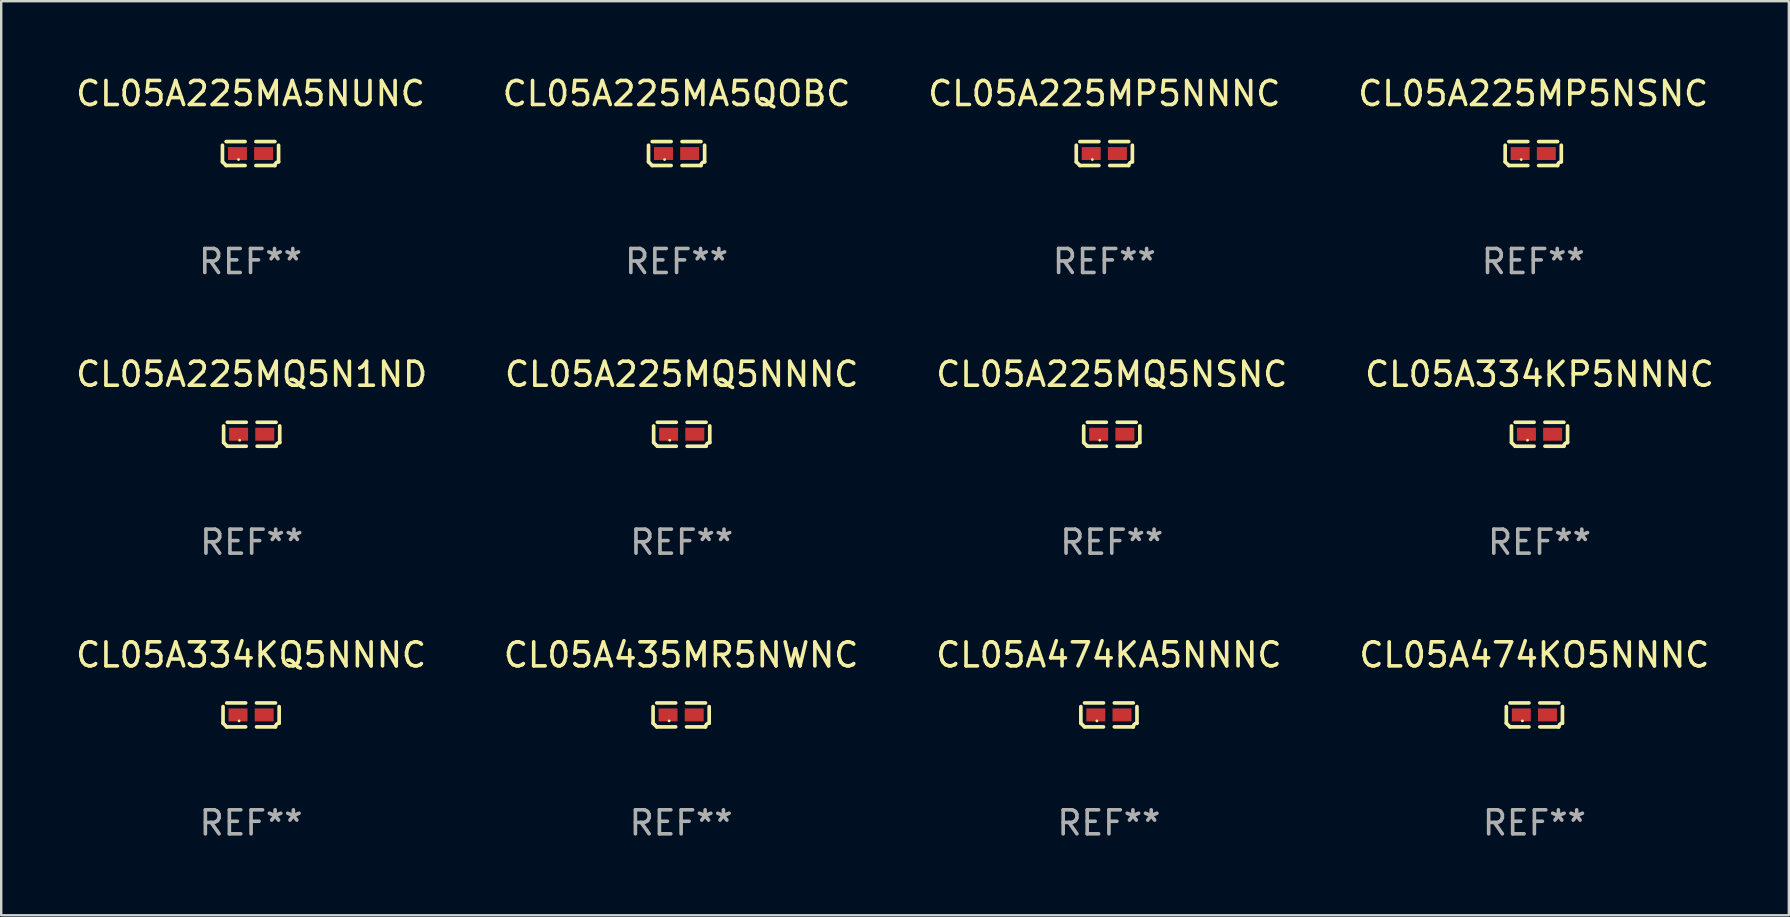
<source format=kicad_pcb>
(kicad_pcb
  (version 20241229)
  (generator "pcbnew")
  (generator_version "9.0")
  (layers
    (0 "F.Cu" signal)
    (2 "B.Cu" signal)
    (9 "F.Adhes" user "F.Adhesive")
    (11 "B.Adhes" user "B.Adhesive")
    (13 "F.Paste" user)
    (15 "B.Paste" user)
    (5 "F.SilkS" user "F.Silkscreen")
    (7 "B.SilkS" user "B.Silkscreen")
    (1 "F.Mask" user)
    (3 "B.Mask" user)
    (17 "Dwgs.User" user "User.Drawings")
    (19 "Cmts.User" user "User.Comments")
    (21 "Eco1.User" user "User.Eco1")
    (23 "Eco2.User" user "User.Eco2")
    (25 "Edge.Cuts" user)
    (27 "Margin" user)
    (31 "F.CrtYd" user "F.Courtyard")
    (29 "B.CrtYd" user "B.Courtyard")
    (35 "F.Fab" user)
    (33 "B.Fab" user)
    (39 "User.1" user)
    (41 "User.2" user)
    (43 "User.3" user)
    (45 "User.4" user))
  (footprint "CL05A225MQ5N1ND"
    (layer "F.Cu")
    (at 7.435 15.041)
    (property "Reference" "CL05A225MQ5N1ND" (at 0 -2.499 0) (layer "F.SilkS") (effects (font (size 1 1) (thickness 0.15))))
    (attr through_hole)
    (fp_line (start -1.169 0.346) (end -1.169 -0.346) (stroke (width 0.152) (type solid)) (layer "F.SilkS"))
    (fp_line (start -1.016 -0.499) (end -0.226 -0.499) (stroke (width 0.152) (type solid)) (layer "F.SilkS"))
    (fp_line (start -0.226 0.499) (end -1.016 0.499) (stroke (width 0.152) (type solid)) (layer "F.SilkS"))
    (fp_line (start 0.226 0.499) (end 1.016 0.499) (stroke (width 0.152) (type solid)) (layer "F.SilkS"))
    (fp_line (start 1.016 -0.499) (end 0.226 -0.499) (stroke (width 0.152) (type solid)) (layer "F.SilkS"))
    (fp_line (start 1.169 0.346) (end 1.169 -0.346) (stroke (width 0.152) (type solid)) (layer "F.SilkS"))
    (fp_arc (start -1.016307 0.498603) (mid -1.092512 0.422405) (end -1.16871 0.3462) (stroke (width 0.1524) (type solid)) (layer "F.SilkS"))
    (fp_arc (start 1.016307 0.498603) (mid 1.060899 0.390758) (end 1.168707 0.346076) (stroke (width 0.1524) (type solid)) (layer "F.SilkS"))
    (fp_circle (center -0.5 0.25) (end -0.47 0.25) (stroke (width 0.06) (type solid)) (fill no) (layer "F.SilkS"))
    (fp_text user "REF**" (at 0 4.499 0) (layer "F.Fab") (effects (font (size 1 1) (thickness 0.15))))
    (pad "1" smd rect (at -0.545 0) (size 0.79 0.54) (layers "F.Cu" "F.Mask" "F.Paste"))
    (pad "2" smd rect (at 0.545 0) (size 0.79 0.54) (layers "F.Cu" "F.Mask" "F.Paste")))
  (footprint "CL05A225MQ5NSNC"
    (layer "F.Cu")
    (at 43.268 15.041)
    (property "Reference" "CL05A225MQ5NSNC" (at 0 -2.499 0) (layer "F.SilkS") (effects (font (size 1 1) (thickness 0.15))))
    (attr through_hole)
    (fp_line (start -1.169 0.346) (end -1.169 -0.346) (stroke (width 0.152) (type solid)) (layer "F.SilkS"))
    (fp_line (start -1.016 -0.499) (end -0.226 -0.499) (stroke (width 0.152) (type solid)) (layer "F.SilkS"))
    (fp_line (start -0.226 0.499) (end -1.016 0.499) (stroke (width 0.152) (type solid)) (layer "F.SilkS"))
    (fp_line (start 0.226 0.499) (end 1.016 0.499) (stroke (width 0.152) (type solid)) (layer "F.SilkS"))
    (fp_line (start 1.016 -0.499) (end 0.226 -0.499) (stroke (width 0.152) (type solid)) (layer "F.SilkS"))
    (fp_line (start 1.169 0.346) (end 1.169 -0.346) (stroke (width 0.152) (type solid)) (layer "F.SilkS"))
    (fp_arc (start -1.016307 0.498603) (mid -1.092512 0.422405) (end -1.16871 0.3462) (stroke (width 0.1524) (type solid)) (layer "F.SilkS"))
    (fp_arc (start 1.016307 0.498603) (mid 1.060899 0.390758) (end 1.168707 0.346076) (stroke (width 0.1524) (type solid)) (layer "F.SilkS"))
    (fp_circle (center -0.5 0.25) (end -0.47 0.25) (stroke (width 0.06) (type solid)) (fill no) (layer "F.SilkS"))
    (fp_text user "REF**" (at 0 4.499 0) (layer "F.Fab") (effects (font (size 1 1) (thickness 0.15))))
    (pad "1" smd rect (at -0.545 0) (size 0.79 0.54) (layers "F.Cu" "F.Mask" "F.Paste"))
    (pad "2" smd rect (at 0.545 0) (size 0.79 0.54) (layers "F.Cu" "F.Mask" "F.Paste")))
  (footprint "CL05A334KP5NNNC"
    (layer "F.Cu")
    (at 61.089 15.041)
    (property "Reference" "CL05A334KP5NNNC" (at 0 -2.499 0) (layer "F.SilkS") (effects (font (size 1 1) (thickness 0.15))))
    (attr through_hole)
    (fp_line (start -1.169 0.346) (end -1.169 -0.346) (stroke (width 0.152) (type solid)) (layer "F.SilkS"))
    (fp_line (start -1.016 -0.499) (end -0.226 -0.499) (stroke (width 0.152) (type solid)) (layer "F.SilkS"))
    (fp_line (start -0.226 0.499) (end -1.016 0.499) (stroke (width 0.152) (type solid)) (layer "F.SilkS"))
    (fp_line (start 0.226 0.499) (end 1.016 0.499) (stroke (width 0.152) (type solid)) (layer "F.SilkS"))
    (fp_line (start 1.016 -0.499) (end 0.226 -0.499) (stroke (width 0.152) (type solid)) (layer "F.SilkS"))
    (fp_line (start 1.169 0.346) (end 1.169 -0.346) (stroke (width 0.152) (type solid)) (layer "F.SilkS"))
    (fp_arc (start -1.016307 0.498603) (mid -1.092512 0.422405) (end -1.16871 0.3462) (stroke (width 0.1524) (type solid)) (layer "F.SilkS"))
    (fp_arc (start 1.016307 0.498603) (mid 1.060899 0.390758) (end 1.168707 0.346076) (stroke (width 0.1524) (type solid)) (layer "F.SilkS"))
    (fp_circle (center -0.5 0.25) (end -0.47 0.25) (stroke (width 0.06) (type solid)) (fill no) (layer "F.SilkS"))
    (fp_text user "REF**" (at 0 4.499 0) (layer "F.Fab") (effects (font (size 1 1) (thickness 0.15))))
    (pad "1" smd rect (at -0.545 0) (size 0.79 0.54) (layers "F.Cu" "F.Mask" "F.Paste"))
    (pad "2" smd rect (at 0.545 0) (size 0.79 0.54) (layers "F.Cu" "F.Mask" "F.Paste")))
  (footprint "CL05A225MQ5NNNC"
    (layer "F.Cu")
    (at 25.351 15.041)
    (property "Reference" "CL05A225MQ5NNNC" (at 0 -2.499 0) (layer "F.SilkS") (effects (font (size 1 1) (thickness 0.15))))
    (attr through_hole)
    (fp_line (start -1.169 0.346) (end -1.169 -0.346) (stroke (width 0.152) (type solid)) (layer "F.SilkS"))
    (fp_line (start -1.016 -0.499) (end -0.226 -0.499) (stroke (width 0.152) (type solid)) (layer "F.SilkS"))
    (fp_line (start -0.226 0.499) (end -1.016 0.499) (stroke (width 0.152) (type solid)) (layer "F.SilkS"))
    (fp_line (start 0.226 0.499) (end 1.016 0.499) (stroke (width 0.152) (type solid)) (layer "F.SilkS"))
    (fp_line (start 1.016 -0.499) (end 0.226 -0.499) (stroke (width 0.152) (type solid)) (layer "F.SilkS"))
    (fp_line (start 1.169 0.346) (end 1.169 -0.346) (stroke (width 0.152) (type solid)) (layer "F.SilkS"))
    (fp_arc (start -1.016307 0.498603) (mid -1.092512 0.422405) (end -1.16871 0.3462) (stroke (width 0.1524) (type solid)) (layer "F.SilkS"))
    (fp_arc (start 1.016307 0.498603) (mid 1.060899 0.390758) (end 1.168707 0.346076) (stroke (width 0.1524) (type solid)) (layer "F.SilkS"))
    (fp_circle (center -0.5 0.25) (end -0.47 0.25) (stroke (width 0.06) (type solid)) (fill no) (layer "F.SilkS"))
    (fp_text user "REF**" (at 0 4.499 0) (layer "F.Fab") (effects (font (size 1 1) (thickness 0.15))))
    (pad "1" smd rect (at -0.545 0) (size 0.79 0.54) (layers "F.Cu" "F.Mask" "F.Paste"))
    (pad "2" smd rect (at 0.545 0) (size 0.79 0.54) (layers "F.Cu" "F.Mask" "F.Paste")))
  (footprint "CL05A435MR5NWNC"
    (layer "F.Cu")
    (at 25.327 26.734)
    (property "Reference" "CL05A435MR5NWNC" (at 0 -2.499 0) (layer "F.SilkS") (effects (font (size 1 1) (thickness 0.15))))
    (attr through_hole)
    (fp_line (start -1.169 0.346) (end -1.169 -0.346) (stroke (width 0.152) (type solid)) (layer "F.SilkS"))
    (fp_line (start -1.016 -0.499) (end -0.226 -0.499) (stroke (width 0.152) (type solid)) (layer "F.SilkS"))
    (fp_line (start -0.226 0.499) (end -1.016 0.499) (stroke (width 0.152) (type solid)) (layer "F.SilkS"))
    (fp_line (start 0.226 0.499) (end 1.016 0.499) (stroke (width 0.152) (type solid)) (layer "F.SilkS"))
    (fp_line (start 1.016 -0.499) (end 0.226 -0.499) (stroke (width 0.152) (type solid)) (layer "F.SilkS"))
    (fp_line (start 1.169 0.346) (end 1.169 -0.346) (stroke (width 0.152) (type solid)) (layer "F.SilkS"))
    (fp_arc (start -1.016307 0.498603) (mid -1.092512 0.422405) (end -1.16871 0.3462) (stroke (width 0.1524) (type solid)) (layer "F.SilkS"))
    (fp_arc (start 1.016307 0.498603) (mid 1.060899 0.390758) (end 1.168707 0.346076) (stroke (width 0.1524) (type solid)) (layer "F.SilkS"))
    (fp_circle (center -0.5 0.25) (end -0.47 0.25) (stroke (width 0.06) (type solid)) (fill no) (layer "F.SilkS"))
    (fp_text user "REF**" (at 0 4.499 0) (layer "F.Fab") (effects (font (size 1 1) (thickness 0.15))))
    (pad "1" smd rect (at -0.545 0) (size 0.79 0.54) (layers "F.Cu" "F.Mask" "F.Paste"))
    (pad "2" smd rect (at 0.545 0) (size 0.79 0.54) (layers "F.Cu" "F.Mask" "F.Paste")))
  (footprint "CL05A225MP5NSNC"
    (layer "F.Cu")
    (at 60.827 3.347)
    (property "Reference" "CL05A225MP5NSNC" (at 0 -2.499 0) (layer "F.SilkS") (effects (font (size 1 1) (thickness 0.15))))
    (attr through_hole)
    (fp_line (start -1.169 0.346) (end -1.169 -0.346) (stroke (width 0.152) (type solid)) (layer "F.SilkS"))
    (fp_line (start -1.016 -0.499) (end -0.226 -0.499) (stroke (width 0.152) (type solid)) (layer "F.SilkS"))
    (fp_line (start -0.226 0.499) (end -1.016 0.499) (stroke (width 0.152) (type solid)) (layer "F.SilkS"))
    (fp_line (start 0.226 0.499) (end 1.016 0.499) (stroke (width 0.152) (type solid)) (layer "F.SilkS"))
    (fp_line (start 1.016 -0.499) (end 0.226 -0.499) (stroke (width 0.152) (type solid)) (layer "F.SilkS"))
    (fp_line (start 1.169 0.346) (end 1.169 -0.346) (stroke (width 0.152) (type solid)) (layer "F.SilkS"))
    (fp_arc (start -1.016307 0.498603) (mid -1.092512 0.422405) (end -1.16871 0.3462) (stroke (width 0.1524) (type solid)) (layer "F.SilkS"))
    (fp_arc (start 1.016307 0.498603) (mid 1.060899 0.390758) (end 1.168707 0.346076) (stroke (width 0.1524) (type solid)) (layer "F.SilkS"))
    (fp_circle (center -0.5 0.25) (end -0.47 0.25) (stroke (width 0.06) (type solid)) (fill no) (layer "F.SilkS"))
    (fp_text user "REF**" (at 0 4.499 0) (layer "F.Fab") (effects (font (size 1 1) (thickness 0.15))))
    (pad "1" smd rect (at -0.545 0) (size 0.79 0.54) (layers "F.Cu" "F.Mask" "F.Paste"))
    (pad "2" smd rect (at 0.545 0) (size 0.79 0.54) (layers "F.Cu" "F.Mask" "F.Paste")))
  (footprint "CL05A225MA5NUNC"
    (layer "F.Cu")
    (at 7.387 3.347)
    (property "Reference" "CL05A225MA5NUNC" (at 0 -2.499 0) (layer "F.SilkS") (effects (font (size 1 1) (thickness 0.15))))
    (attr through_hole)
    (fp_line (start -1.169 0.346) (end -1.169 -0.346) (stroke (width 0.152) (type solid)) (layer "F.SilkS"))
    (fp_line (start -1.016 -0.499) (end -0.226 -0.499) (stroke (width 0.152) (type solid)) (layer "F.SilkS"))
    (fp_line (start -0.226 0.499) (end -1.016 0.499) (stroke (width 0.152) (type solid)) (layer "F.SilkS"))
    (fp_line (start 0.226 0.499) (end 1.016 0.499) (stroke (width 0.152) (type solid)) (layer "F.SilkS"))
    (fp_line (start 1.016 -0.499) (end 0.226 -0.499) (stroke (width 0.152) (type solid)) (layer "F.SilkS"))
    (fp_line (start 1.169 0.346) (end 1.169 -0.346) (stroke (width 0.152) (type solid)) (layer "F.SilkS"))
    (fp_arc (start -1.016307 0.498603) (mid -1.092512 0.422405) (end -1.16871 0.3462) (stroke (width 0.1524) (type solid)) (layer "F.SilkS"))
    (fp_arc (start 1.016307 0.498603) (mid 1.060899 0.390758) (end 1.168707 0.346076) (stroke (width 0.1524) (type solid)) (layer "F.SilkS"))
    (fp_circle (center -0.5 0.25) (end -0.47 0.25) (stroke (width 0.06) (type solid)) (fill no) (layer "F.SilkS"))
    (fp_text user "REF**" (at 0 4.499 0) (layer "F.Fab") (effects (font (size 1 1) (thickness 0.15))))
    (pad "1" smd rect (at -0.545 0) (size 0.79 0.54) (layers "F.Cu" "F.Mask" "F.Paste"))
    (pad "2" smd rect (at 0.545 0) (size 0.79 0.54) (layers "F.Cu" "F.Mask" "F.Paste")))
  (footprint "CL05A225MA5QOBC"
    (layer "F.Cu")
    (at 25.137 3.347)
    (property "Reference" "CL05A225MA5QOBC" (at 0 -2.499 0) (layer "F.SilkS") (effects (font (size 1 1) (thickness 0.15))))
    (attr through_hole)
    (fp_line (start -1.169 0.346) (end -1.169 -0.346) (stroke (width 0.152) (type solid)) (layer "F.SilkS"))
    (fp_line (start -1.016 -0.499) (end -0.226 -0.499) (stroke (width 0.152) (type solid)) (layer "F.SilkS"))
    (fp_line (start -0.226 0.499) (end -1.016 0.499) (stroke (width 0.152) (type solid)) (layer "F.SilkS"))
    (fp_line (start 0.226 0.499) (end 1.016 0.499) (stroke (width 0.152) (type solid)) (layer "F.SilkS"))
    (fp_line (start 1.016 -0.499) (end 0.226 -0.499) (stroke (width 0.152) (type solid)) (layer "F.SilkS"))
    (fp_line (start 1.169 0.346) (end 1.169 -0.346) (stroke (width 0.152) (type solid)) (layer "F.SilkS"))
    (fp_arc (start -1.016307 0.498603) (mid -1.092512 0.422405) (end -1.16871 0.3462) (stroke (width 0.1524) (type solid)) (layer "F.SilkS"))
    (fp_arc (start 1.016307 0.498603) (mid 1.060899 0.390758) (end 1.168707 0.346076) (stroke (width 0.1524) (type solid)) (layer "F.SilkS"))
    (fp_circle (center -0.5 0.25) (end -0.47 0.25) (stroke (width 0.06) (type solid)) (fill no) (layer "F.SilkS"))
    (fp_text user "REF**" (at 0 4.499 0) (layer "F.Fab") (effects (font (size 1 1) (thickness 0.15))))
    (pad "1" smd rect (at -0.545 0) (size 0.79 0.54) (layers "F.Cu" "F.Mask" "F.Paste"))
    (pad "2" smd rect (at 0.545 0) (size 0.79 0.54) (layers "F.Cu" "F.Mask" "F.Paste")))
  (footprint "CL05A474KA5NNNC"
    (layer "F.Cu")
    (at 43.149 26.734)
    (property "Reference" "CL05A474KA5NNNC" (at 0 -2.499 0) (layer "F.SilkS") (effects (font (size 1 1) (thickness 0.15))))
    (attr through_hole)
    (fp_line (start -1.169 0.346) (end -1.169 -0.346) (stroke (width 0.152) (type solid)) (layer "F.SilkS"))
    (fp_line (start -1.016 -0.499) (end -0.226 -0.499) (stroke (width 0.152) (type solid)) (layer "F.SilkS"))
    (fp_line (start -0.226 0.499) (end -1.016 0.499) (stroke (width 0.152) (type solid)) (layer "F.SilkS"))
    (fp_line (start 0.226 0.499) (end 1.016 0.499) (stroke (width 0.152) (type solid)) (layer "F.SilkS"))
    (fp_line (start 1.016 -0.499) (end 0.226 -0.499) (stroke (width 0.152) (type solid)) (layer "F.SilkS"))
    (fp_line (start 1.169 0.346) (end 1.169 -0.346) (stroke (width 0.152) (type solid)) (layer "F.SilkS"))
    (fp_arc (start -1.016307 0.498603) (mid -1.092512 0.422405) (end -1.16871 0.3462) (stroke (width 0.1524) (type solid)) (layer "F.SilkS"))
    (fp_arc (start 1.016307 0.498603) (mid 1.060899 0.390758) (end 1.168707 0.346076) (stroke (width 0.1524) (type solid)) (layer "F.SilkS"))
    (fp_circle (center -0.5 0.25) (end -0.47 0.25) (stroke (width 0.06) (type solid)) (fill no) (layer "F.SilkS"))
    (fp_text user "REF**" (at 0 4.499 0) (layer "F.Fab") (effects (font (size 1 1) (thickness 0.15))))
    (pad "1" smd rect (at -0.545 0) (size 0.79 0.54) (layers "F.Cu" "F.Mask" "F.Paste"))
    (pad "2" smd rect (at 0.545 0) (size 0.79 0.54) (layers "F.Cu" "F.Mask" "F.Paste")))
  (footprint "CL05A334KQ5NNNC"
    (layer "F.Cu")
    (at 7.411 26.734)
    (property "Reference" "CL05A334KQ5NNNC" (at 0 -2.499 0) (layer "F.SilkS") (effects (font (size 1 1) (thickness 0.15))))
    (attr through_hole)
    (fp_line (start -1.169 0.346) (end -1.169 -0.346) (stroke (width 0.152) (type solid)) (layer "F.SilkS"))
    (fp_line (start -1.016 -0.499) (end -0.226 -0.499) (stroke (width 0.152) (type solid)) (layer "F.SilkS"))
    (fp_line (start -0.226 0.499) (end -1.016 0.499) (stroke (width 0.152) (type solid)) (layer "F.SilkS"))
    (fp_line (start 0.226 0.499) (end 1.016 0.499) (stroke (width 0.152) (type solid)) (layer "F.SilkS"))
    (fp_line (start 1.016 -0.499) (end 0.226 -0.499) (stroke (width 0.152) (type solid)) (layer "F.SilkS"))
    (fp_line (start 1.169 0.346) (end 1.169 -0.346) (stroke (width 0.152) (type solid)) (layer "F.SilkS"))
    (fp_arc (start -1.016307 0.498603) (mid -1.092512 0.422405) (end -1.16871 0.3462) (stroke (width 0.1524) (type solid)) (layer "F.SilkS"))
    (fp_arc (start 1.016307 0.498603) (mid 1.060899 0.390758) (end 1.168707 0.346076) (stroke (width 0.1524) (type solid)) (layer "F.SilkS"))
    (fp_circle (center -0.5 0.25) (end -0.47 0.25) (stroke (width 0.06) (type solid)) (fill no) (layer "F.SilkS"))
    (fp_text user "REF**" (at 0 4.499 0) (layer "F.Fab") (effects (font (size 1 1) (thickness 0.15))))
    (pad "1" smd rect (at -0.545 0) (size 0.79 0.54) (layers "F.Cu" "F.Mask" "F.Paste"))
    (pad "2" smd rect (at 0.545 0) (size 0.79 0.54) (layers "F.Cu" "F.Mask" "F.Paste")))
  (footprint "CL05A474KO5NNNC"
    (layer "F.Cu")
    (at 60.875 26.734)
    (property "Reference" "CL05A474KO5NNNC" (at 0 -2.499 0) (layer "F.SilkS") (effects (font (size 1 1) (thickness 0.15))))
    (attr through_hole)
    (fp_line (start -1.169 0.346) (end -1.169 -0.346) (stroke (width 0.152) (type solid)) (layer "F.SilkS"))
    (fp_line (start -1.016 -0.499) (end -0.226 -0.499) (stroke (width 0.152) (type solid)) (layer "F.SilkS"))
    (fp_line (start -0.226 0.499) (end -1.016 0.499) (stroke (width 0.152) (type solid)) (layer "F.SilkS"))
    (fp_line (start 0.226 0.499) (end 1.016 0.499) (stroke (width 0.152) (type solid)) (layer "F.SilkS"))
    (fp_line (start 1.016 -0.499) (end 0.226 -0.499) (stroke (width 0.152) (type solid)) (layer "F.SilkS"))
    (fp_line (start 1.169 0.346) (end 1.169 -0.346) (stroke (width 0.152) (type solid)) (layer "F.SilkS"))
    (fp_arc (start -1.016307 0.498603) (mid -1.092512 0.422405) (end -1.16871 0.3462) (stroke (width 0.1524) (type solid)) (layer "F.SilkS"))
    (fp_arc (start 1.016307 0.498603) (mid 1.060899 0.390758) (end 1.168707 0.346076) (stroke (width 0.1524) (type solid)) (layer "F.SilkS"))
    (fp_circle (center -0.5 0.25) (end -0.47 0.25) (stroke (width 0.06) (type solid)) (fill no) (layer "F.SilkS"))
    (fp_text user "REF**" (at 0 4.499 0) (layer "F.Fab") (effects (font (size 1 1) (thickness 0.15))))
    (pad "1" smd rect (at -0.545 0) (size 0.79 0.54) (layers "F.Cu" "F.Mask" "F.Paste"))
    (pad "2" smd rect (at 0.545 0) (size 0.79 0.54) (layers "F.Cu" "F.Mask" "F.Paste")))
  (footprint "CL05A225MP5NNNC"
    (layer "F.Cu")
    (at 42.958 3.347)
    (property "Reference" "CL05A225MP5NNNC" (at 0 -2.499 0) (layer "F.SilkS") (effects (font (size 1 1) (thickness 0.15))))
    (attr through_hole)
    (fp_line (start -1.169 0.346) (end -1.169 -0.346) (stroke (width 0.152) (type solid)) (layer "F.SilkS"))
    (fp_line (start -1.016 -0.499) (end -0.226 -0.499) (stroke (width 0.152) (type solid)) (layer "F.SilkS"))
    (fp_line (start -0.226 0.499) (end -1.016 0.499) (stroke (width 0.152) (type solid)) (layer "F.SilkS"))
    (fp_line (start 0.226 0.499) (end 1.016 0.499) (stroke (width 0.152) (type solid)) (layer "F.SilkS"))
    (fp_line (start 1.016 -0.499) (end 0.226 -0.499) (stroke (width 0.152) (type solid)) (layer "F.SilkS"))
    (fp_line (start 1.169 0.346) (end 1.169 -0.346) (stroke (width 0.152) (type solid)) (layer "F.SilkS"))
    (fp_arc (start -1.016307 0.498603) (mid -1.092512 0.422405) (end -1.16871 0.3462) (stroke (width 0.1524) (type solid)) (layer "F.SilkS"))
    (fp_arc (start 1.016307 0.498603) (mid 1.060899 0.390758) (end 1.168707 0.346076) (stroke (width 0.1524) (type solid)) (layer "F.SilkS"))
    (fp_circle (center -0.5 0.25) (end -0.47 0.25) (stroke (width 0.06) (type solid)) (fill no) (layer "F.SilkS"))
    (fp_text user "REF**" (at 0 4.499 0) (layer "F.Fab") (effects (font (size 1 1) (thickness 0.15))))
    (pad "1" smd rect (at -0.545 0) (size 0.79 0.54) (layers "F.Cu" "F.Mask" "F.Paste"))
    (pad "2" smd rect (at 0.545 0) (size 0.79 0.54) (layers "F.Cu" "F.Mask" "F.Paste")))
  (gr_rect
    (start -3 -3)
    (end 71.476 35.081)
    (stroke (width 0.1) (type default))
    (fill no)
    (layer "Edge.Cuts")))
</source>
